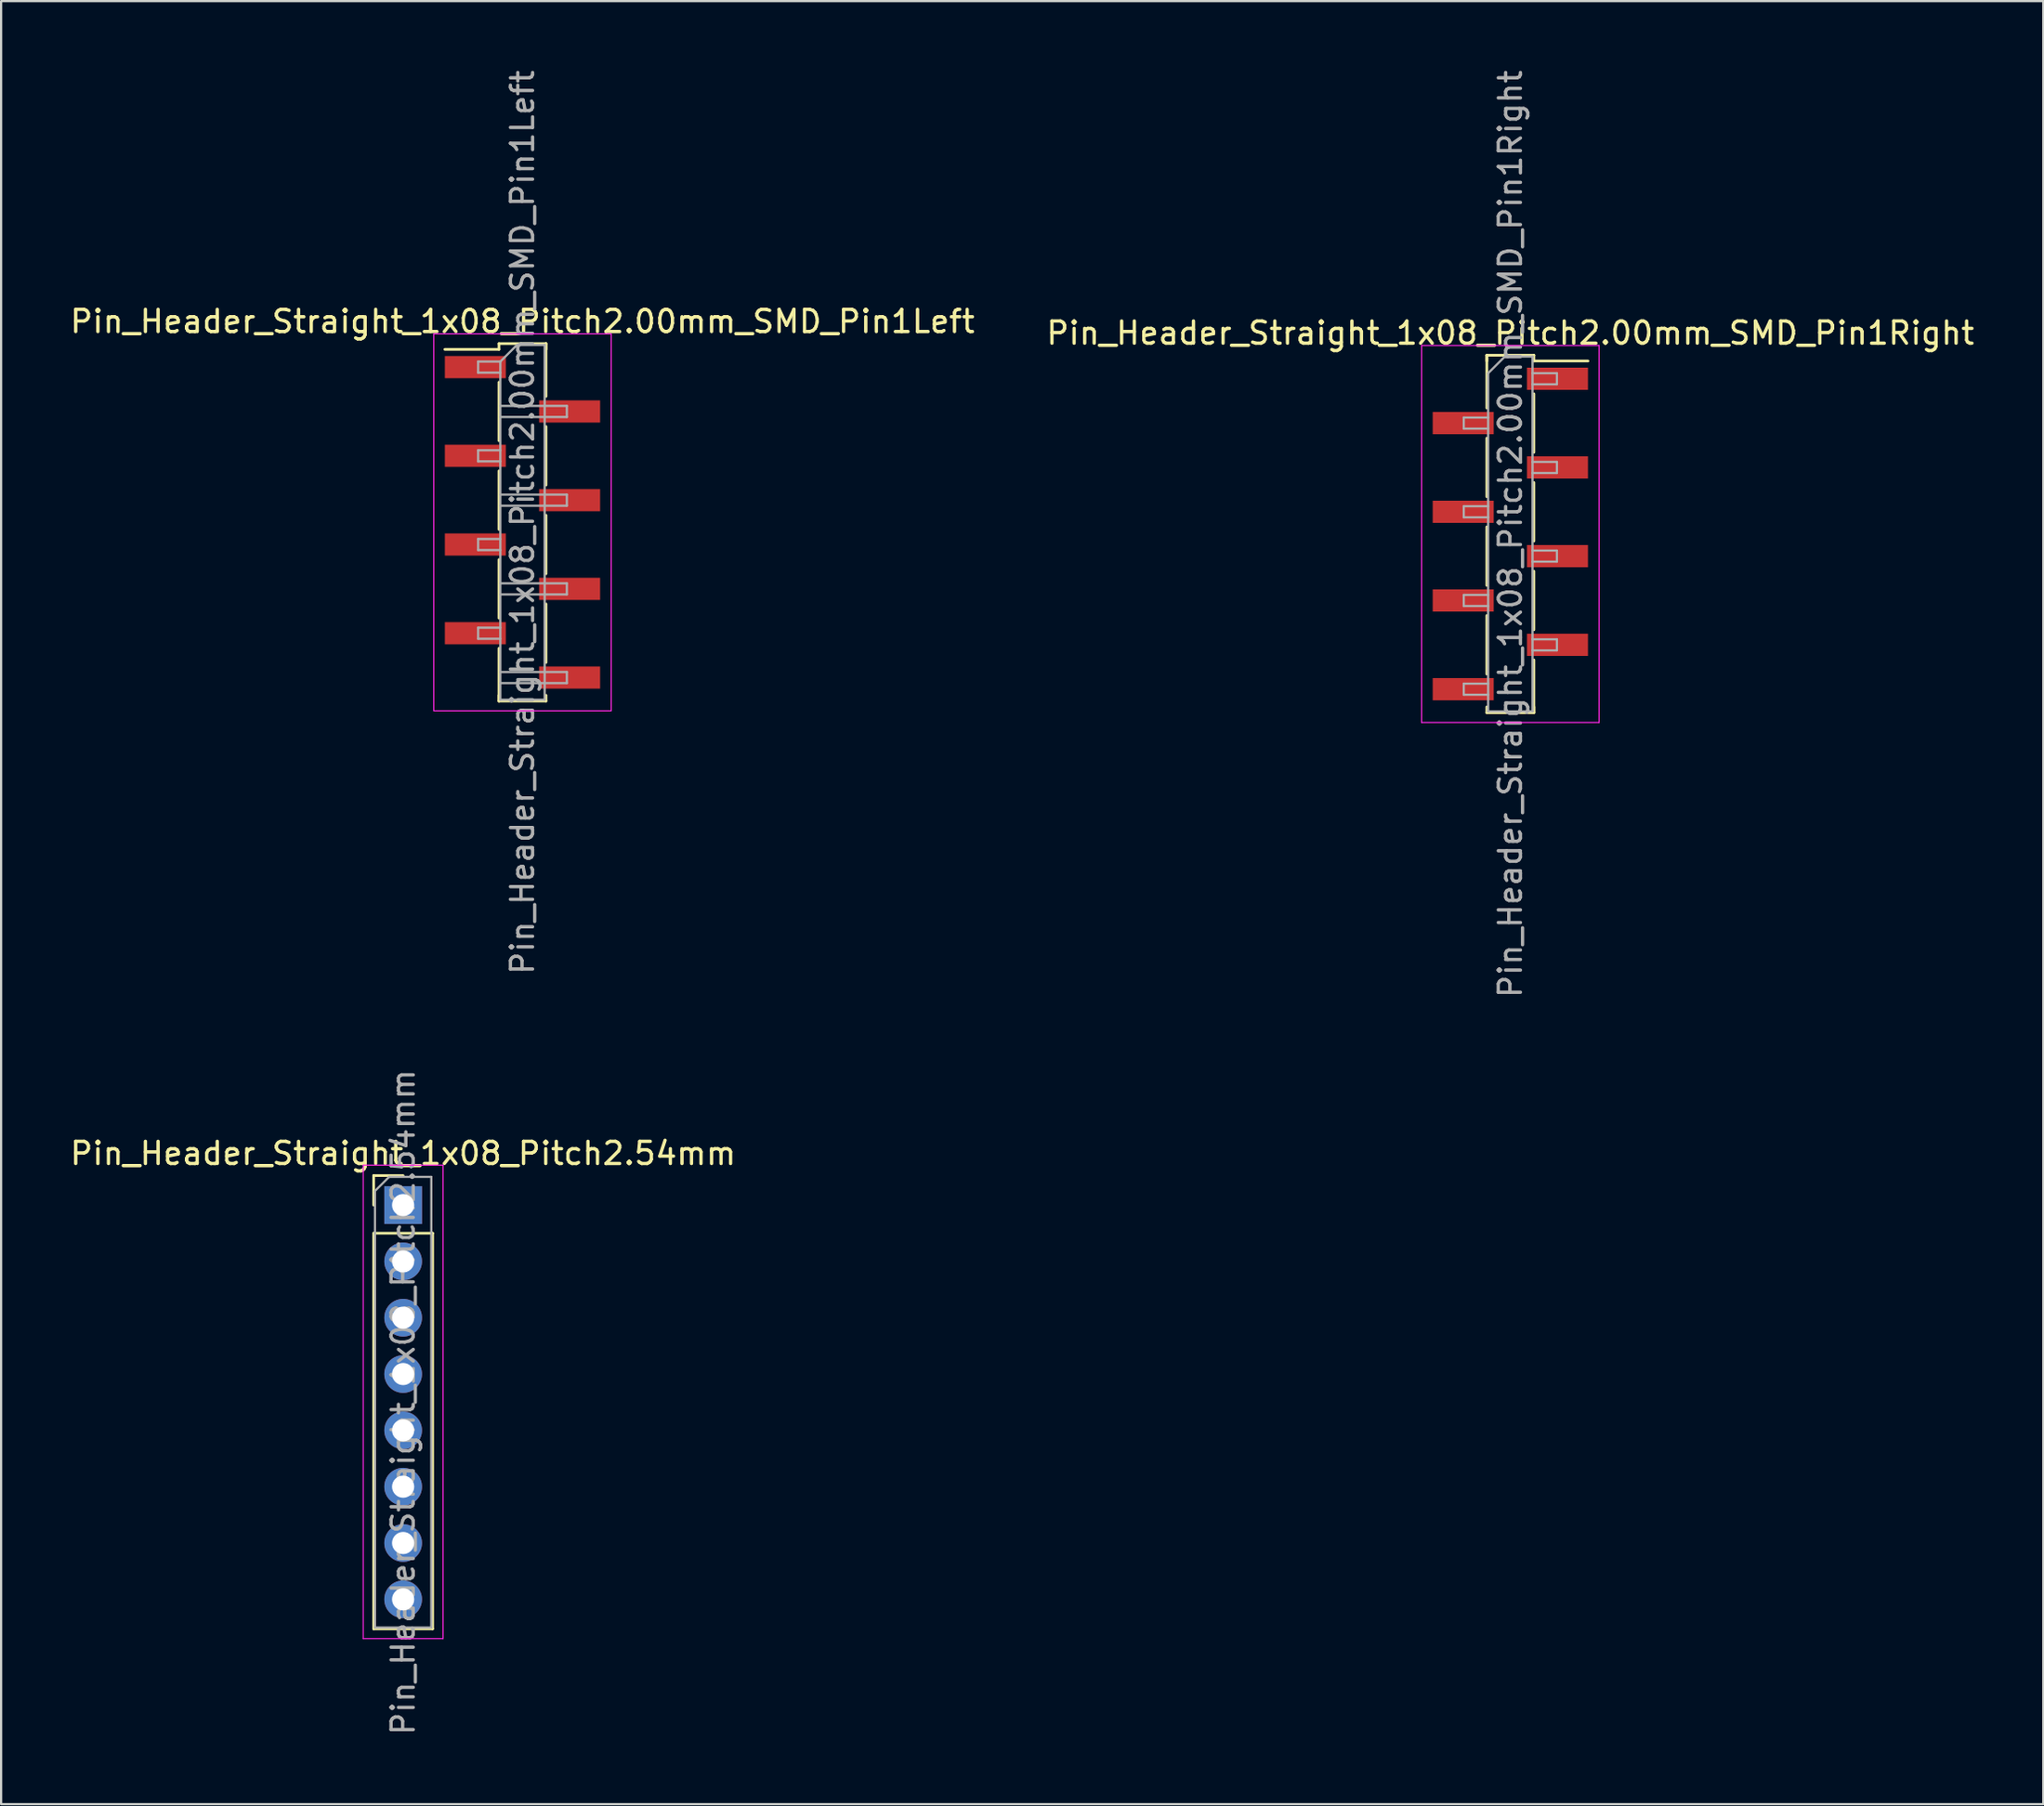
<source format=kicad_pcb>
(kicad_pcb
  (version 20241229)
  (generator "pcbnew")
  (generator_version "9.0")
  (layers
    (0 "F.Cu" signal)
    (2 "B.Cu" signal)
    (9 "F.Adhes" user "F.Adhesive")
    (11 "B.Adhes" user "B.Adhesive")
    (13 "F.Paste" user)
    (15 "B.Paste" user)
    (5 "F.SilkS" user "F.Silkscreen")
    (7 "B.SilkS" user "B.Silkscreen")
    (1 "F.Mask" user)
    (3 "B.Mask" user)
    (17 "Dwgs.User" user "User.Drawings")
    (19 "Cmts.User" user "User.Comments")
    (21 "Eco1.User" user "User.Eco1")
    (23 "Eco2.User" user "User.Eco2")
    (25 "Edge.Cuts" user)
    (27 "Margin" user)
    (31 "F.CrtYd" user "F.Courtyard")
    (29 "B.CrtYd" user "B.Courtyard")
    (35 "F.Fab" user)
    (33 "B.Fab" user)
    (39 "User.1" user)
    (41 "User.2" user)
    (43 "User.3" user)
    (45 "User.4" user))
  (footprint "Pin_Header_Straight_1x08_Pitch2.00mm_SMD_Pin1Right"
    (layer "F.Cu")
    (at 65.042 21.03)
    (property "Reference" "Pin_Header_Straight_1x08_Pitch2.00mm_SMD_Pin1Right" (at 0 -9.06 0) (layer "F.SilkS") (effects (font (size 1 1) (thickness 0.15))))
    (attr smd)
    (fp_line (start -1.06 -8.06) (end -1.06 -5.68) (stroke (width 0.12) (type solid)) (layer "F.SilkS"))
    (fp_line (start -1.06 -8.06) (end 1.06 -8.06) (stroke (width 0.12) (type solid)) (layer "F.SilkS"))
    (fp_line (start -1.06 -7.8) (end -1.06 -8.06) (stroke (width 0.12) (type solid)) (layer "F.SilkS"))
    (fp_line (start -1.06 -4.32) (end -1.06 -1.68) (stroke (width 0.12) (type solid)) (layer "F.SilkS"))
    (fp_line (start -1.06 -0.32) (end -1.06 2.32) (stroke (width 0.12) (type solid)) (layer "F.SilkS"))
    (fp_line (start -1.06 3.68) (end -1.06 6.32) (stroke (width 0.12) (type solid)) (layer "F.SilkS"))
    (fp_line (start -1.06 7.8) (end -1.06 8.06) (stroke (width 0.12) (type solid)) (layer "F.SilkS"))
    (fp_line (start -1.06 8.06) (end 1.06 8.06) (stroke (width 0.12) (type solid)) (layer "F.SilkS"))
    (fp_line (start 1.06 -8.06) (end 1.06 -7.8) (stroke (width 0.12) (type solid)) (layer "F.SilkS"))
    (fp_line (start 1.06 -7.8) (end 3.5 -7.8) (stroke (width 0.12) (type solid)) (layer "F.SilkS"))
    (fp_line (start 1.06 -6.32) (end 1.06 -3.68) (stroke (width 0.12) (type solid)) (layer "F.SilkS"))
    (fp_line (start 1.06 -2.32) (end 1.06 0.32) (stroke (width 0.12) (type solid)) (layer "F.SilkS"))
    (fp_line (start 1.06 1.68) (end 1.06 4.32) (stroke (width 0.12) (type solid)) (layer "F.SilkS"))
    (fp_line (start 1.06 5.68) (end 1.06 8.06) (stroke (width 0.12) (type solid)) (layer "F.SilkS"))
    (fp_line (start 1.06 8.06) (end 1.06 7.8) (stroke (width 0.12) (type solid)) (layer "F.SilkS"))
    (fp_line (start -4 -8.5) (end -4 8.5) (stroke (width 0.05) (type solid)) (layer "F.CrtYd"))
    (fp_line (start -4 8.5) (end 4 8.5) (stroke (width 0.05) (type solid)) (layer "F.CrtYd"))
    (fp_line (start 4 -8.5) (end -4 -8.5) (stroke (width 0.05) (type solid)) (layer "F.CrtYd"))
    (fp_line (start 4 8.5) (end 4 -8.5) (stroke (width 0.05) (type solid)) (layer "F.CrtYd"))
    (fp_line (start -2.1 -5.25) (end -2.1 -4.75) (stroke (width 0.1) (type solid)) (layer "F.Fab"))
    (fp_line (start -2.1 -4.75) (end -1 -4.75) (stroke (width 0.1) (type solid)) (layer "F.Fab"))
    (fp_line (start -2.1 -1.25) (end -2.1 -0.75) (stroke (width 0.1) (type solid)) (layer "F.Fab"))
    (fp_line (start -2.1 -0.75) (end -1 -0.75) (stroke (width 0.1) (type solid)) (layer "F.Fab"))
    (fp_line (start -2.1 2.75) (end -2.1 3.25) (stroke (width 0.1) (type solid)) (layer "F.Fab"))
    (fp_line (start -2.1 3.25) (end -1 3.25) (stroke (width 0.1) (type solid)) (layer "F.Fab"))
    (fp_line (start -2.1 6.75) (end -2.1 7.25) (stroke (width 0.1) (type solid)) (layer "F.Fab"))
    (fp_line (start -2.1 7.25) (end -1 7.25) (stroke (width 0.1) (type solid)) (layer "F.Fab"))
    (fp_line (start -1 -7.25) (end -0.25 -8) (stroke (width 0.1) (type solid)) (layer "F.Fab"))
    (fp_line (start -1 -5.25) (end -2.1 -5.25) (stroke (width 0.1) (type solid)) (layer "F.Fab"))
    (fp_line (start -1 -1.25) (end -2.1 -1.25) (stroke (width 0.1) (type solid)) (layer "F.Fab"))
    (fp_line (start -1 2.75) (end -2.1 2.75) (stroke (width 0.1) (type solid)) (layer "F.Fab"))
    (fp_line (start -1 6.75) (end -2.1 6.75) (stroke (width 0.1) (type solid)) (layer "F.Fab"))
    (fp_line (start -1 8) (end -1 -7.25) (stroke (width 0.1) (type solid)) (layer "F.Fab"))
    (fp_line (start -0.25 -8) (end 1 -8) (stroke (width 0.1) (type solid)) (layer "F.Fab"))
    (fp_line (start 1 -8) (end 1 8) (stroke (width 0.1) (type solid)) (layer "F.Fab"))
    (fp_line (start 1 -7.25) (end 2.1 -7.25) (stroke (width 0.1) (type solid)) (layer "F.Fab"))
    (fp_line (start 1 -3.25) (end 2.1 -3.25) (stroke (width 0.1) (type solid)) (layer "F.Fab"))
    (fp_line (start 1 0.75) (end 2.1 0.75) (stroke (width 0.1) (type solid)) (layer "F.Fab"))
    (fp_line (start 1 4.75) (end 2.1 4.75) (stroke (width 0.1) (type solid)) (layer "F.Fab"))
    (fp_line (start 1 8) (end -1 8) (stroke (width 0.1) (type solid)) (layer "F.Fab"))
    (fp_line (start 2.1 -7.25) (end 2.1 -6.75) (stroke (width 0.1) (type solid)) (layer "F.Fab"))
    (fp_line (start 2.1 -6.75) (end 1 -6.75) (stroke (width 0.1) (type solid)) (layer "F.Fab"))
    (fp_line (start 2.1 -3.25) (end 2.1 -2.75) (stroke (width 0.1) (type solid)) (layer "F.Fab"))
    (fp_line (start 2.1 -2.75) (end 1 -2.75) (stroke (width 0.1) (type solid)) (layer "F.Fab"))
    (fp_line (start 2.1 0.75) (end 2.1 1.25) (stroke (width 0.1) (type solid)) (layer "F.Fab"))
    (fp_line (start 2.1 1.25) (end 1 1.25) (stroke (width 0.1) (type solid)) (layer "F.Fab"))
    (fp_line (start 2.1 4.75) (end 2.1 5.25) (stroke (width 0.1) (type solid)) (layer "F.Fab"))
    (fp_line (start 2.1 5.25) (end 1 5.25) (stroke (width 0.1) (type solid)) (layer "F.Fab"))
    (fp_text user "${REFERENCE}" (at 0 0 90) (layer "F.Fab") (effects (font (size 1 1) (thickness 0.15))))
    (pad "1" smd rect (at 2.125 -7) (size 2.75 1) (layers "F.Cu" "F.Mask" "F.Paste"))
    (pad "2" smd rect (at -2.125 -5) (size 2.75 1) (layers "F.Cu" "F.Mask" "F.Paste"))
    (pad "3" smd rect (at 2.125 -3) (size 2.75 1) (layers "F.Cu" "F.Mask" "F.Paste"))
    (pad "4" smd rect (at -2.125 -1) (size 2.75 1) (layers "F.Cu" "F.Mask" "F.Paste"))
    (pad "5" smd rect (at 2.125 1) (size 2.75 1) (layers "F.Cu" "F.Mask" "F.Paste"))
    (pad "6" smd rect (at -2.125 3) (size 2.75 1) (layers "F.Cu" "F.Mask" "F.Paste"))
    (pad "7" smd rect (at 2.125 5) (size 2.75 1) (layers "F.Cu" "F.Mask" "F.Paste"))
    (pad "8" smd rect (at -2.125 7) (size 2.75 1) (layers "F.Cu" "F.Mask" "F.Paste")))
  (footprint "Pin_Header_Straight_1x08_Pitch2.00mm_SMD_Pin1Left"
    (layer "F.Cu")
    (at 20.506 20.506)
    (property "Reference" "Pin_Header_Straight_1x08_Pitch2.00mm_SMD_Pin1Left" (at 0 -9.06 0) (layer "F.SilkS") (effects (font (size 1 1) (thickness 0.15))))
    (attr smd)
    (fp_line (start -1.06 -8.06) (end 1.06 -8.06) (stroke (width 0.12) (type solid)) (layer "F.SilkS"))
    (fp_line (start -1.06 -7.8) (end -3.5 -7.8) (stroke (width 0.12) (type solid)) (layer "F.SilkS"))
    (fp_line (start -1.06 -7.8) (end -1.06 -8.06) (stroke (width 0.12) (type solid)) (layer "F.SilkS"))
    (fp_line (start -1.06 -6.32) (end -1.06 -3.68) (stroke (width 0.12) (type solid)) (layer "F.SilkS"))
    (fp_line (start -1.06 -2.32) (end -1.06 0.32) (stroke (width 0.12) (type solid)) (layer "F.SilkS"))
    (fp_line (start -1.06 1.68) (end -1.06 4.32) (stroke (width 0.12) (type solid)) (layer "F.SilkS"))
    (fp_line (start -1.06 5.68) (end -1.06 8.06) (stroke (width 0.12) (type solid)) (layer "F.SilkS"))
    (fp_line (start -1.06 7.8) (end -1.06 8.06) (stroke (width 0.12) (type solid)) (layer "F.SilkS"))
    (fp_line (start -1.06 8.06) (end 1.06 8.06) (stroke (width 0.12) (type solid)) (layer "F.SilkS"))
    (fp_line (start 1.06 -8.06) (end 1.06 -7.8) (stroke (width 0.12) (type solid)) (layer "F.SilkS"))
    (fp_line (start 1.06 -8.06) (end 1.06 -5.68) (stroke (width 0.12) (type solid)) (layer "F.SilkS"))
    (fp_line (start 1.06 -4.32) (end 1.06 -1.68) (stroke (width 0.12) (type solid)) (layer "F.SilkS"))
    (fp_line (start 1.06 -0.32) (end 1.06 2.32) (stroke (width 0.12) (type solid)) (layer "F.SilkS"))
    (fp_line (start 1.06 3.68) (end 1.06 6.32) (stroke (width 0.12) (type solid)) (layer "F.SilkS"))
    (fp_line (start 1.06 8.06) (end 1.06 7.8) (stroke (width 0.12) (type solid)) (layer "F.SilkS"))
    (fp_line (start -4 -8.5) (end -4 8.5) (stroke (width 0.05) (type solid)) (layer "F.CrtYd"))
    (fp_line (start -4 8.5) (end 4 8.5) (stroke (width 0.05) (type solid)) (layer "F.CrtYd"))
    (fp_line (start 4 -8.5) (end -4 -8.5) (stroke (width 0.05) (type solid)) (layer "F.CrtYd"))
    (fp_line (start 4 8.5) (end 4 -8.5) (stroke (width 0.05) (type solid)) (layer "F.CrtYd"))
    (fp_line (start -2 -7.25) (end -2 -6.75) (stroke (width 0.1) (type solid)) (layer "F.Fab"))
    (fp_line (start -2 -6.75) (end -1 -6.75) (stroke (width 0.1) (type solid)) (layer "F.Fab"))
    (fp_line (start -2 -3.25) (end -2 -2.75) (stroke (width 0.1) (type solid)) (layer "F.Fab"))
    (fp_line (start -2 -2.75) (end -1 -2.75) (stroke (width 0.1) (type solid)) (layer "F.Fab"))
    (fp_line (start -2 0.75) (end -2 1.25) (stroke (width 0.1) (type solid)) (layer "F.Fab"))
    (fp_line (start -2 1.25) (end -1 1.25) (stroke (width 0.1) (type solid)) (layer "F.Fab"))
    (fp_line (start -2 4.75) (end -2 5.25) (stroke (width 0.1) (type solid)) (layer "F.Fab"))
    (fp_line (start -2 5.25) (end -1 5.25) (stroke (width 0.1) (type solid)) (layer "F.Fab"))
    (fp_line (start -1 -7.25) (end -2 -7.25) (stroke (width 0.1) (type solid)) (layer "F.Fab"))
    (fp_line (start -1 -7.25) (end -0.25 -8) (stroke (width 0.1) (type solid)) (layer "F.Fab"))
    (fp_line (start -1 -5.25) (end 2 -5.25) (stroke (width 0.1) (type solid)) (layer "F.Fab"))
    (fp_line (start -1 -3.25) (end -2 -3.25) (stroke (width 0.1) (type solid)) (layer "F.Fab"))
    (fp_line (start -1 -1.25) (end 2 -1.25) (stroke (width 0.1) (type solid)) (layer "F.Fab"))
    (fp_line (start -1 0.75) (end -2 0.75) (stroke (width 0.1) (type solid)) (layer "F.Fab"))
    (fp_line (start -1 2.75) (end 2 2.75) (stroke (width 0.1) (type solid)) (layer "F.Fab"))
    (fp_line (start -1 4.75) (end -2 4.75) (stroke (width 0.1) (type solid)) (layer "F.Fab"))
    (fp_line (start -1 6.75) (end 2 6.75) (stroke (width 0.1) (type solid)) (layer "F.Fab"))
    (fp_line (start -1 8) (end -1 -7.25) (stroke (width 0.1) (type solid)) (layer "F.Fab"))
    (fp_line (start -0.25 -8) (end 1 -8) (stroke (width 0.1) (type solid)) (layer "F.Fab"))
    (fp_line (start 1 -8) (end 1 8) (stroke (width 0.1) (type solid)) (layer "F.Fab"))
    (fp_line (start 1 8) (end -1 8) (stroke (width 0.1) (type solid)) (layer "F.Fab"))
    (fp_line (start 2 -5.25) (end 2 -4.75) (stroke (width 0.1) (type solid)) (layer "F.Fab"))
    (fp_line (start 2 -4.75) (end -1 -4.75) (stroke (width 0.1) (type solid)) (layer "F.Fab"))
    (fp_line (start 2 -1.25) (end 2 -0.75) (stroke (width 0.1) (type solid)) (layer "F.Fab"))
    (fp_line (start 2 -0.75) (end -1 -0.75) (stroke (width 0.1) (type solid)) (layer "F.Fab"))
    (fp_line (start 2 2.75) (end 2 3.25) (stroke (width 0.1) (type solid)) (layer "F.Fab"))
    (fp_line (start 2 3.25) (end -1 3.25) (stroke (width 0.1) (type solid)) (layer "F.Fab"))
    (fp_line (start 2 6.75) (end 2 7.25) (stroke (width 0.1) (type solid)) (layer "F.Fab"))
    (fp_line (start 2 7.25) (end -1 7.25) (stroke (width 0.1) (type solid)) (layer "F.Fab"))
    (fp_text user "${REFERENCE}" (at 0 0 90) (layer "F.Fab") (effects (font (size 1 1) (thickness 0.15))))
    (pad "1" smd rect (at -2.125 -7) (size 2.75 1) (layers "F.Cu" "F.Mask"))
    (pad "2" smd rect (at 2.125 -5) (size 2.75 1) (layers "F.Cu" "F.Mask"))
    (pad "3" smd rect (at -2.125 -3) (size 2.75 1) (layers "F.Cu" "F.Mask"))
    (pad "4" smd rect (at 2.125 -1) (size 2.75 1) (layers "F.Cu" "F.Mask"))
    (pad "5" smd rect (at -2.125 1) (size 2.75 1) (layers "F.Cu" "F.Mask"))
    (pad "6" smd rect (at 2.125 3) (size 2.75 1) (layers "F.Cu" "F.Mask"))
    (pad "7" smd rect (at -2.125 5) (size 2.75 1) (layers "F.Cu" "F.Mask"))
    (pad "8" smd rect (at 2.125 7) (size 2.75 1) (layers "F.Cu" "F.Mask")))
  (footprint "Pin_Header_Straight_1x08_Pitch2.54mm"
    (layer "F.Cu")
    (at 15.125 51.295)
    (property "Reference" "Pin_Header_Straight_1x08_Pitch2.54mm" (at 0 -2.33 0) (layer "F.SilkS") (effects (font (size 1 1) (thickness 0.15))))
    (attr through_hole)
    (fp_line (start -1.33 -1.33) (end 0 -1.33) (stroke (width 0.12) (type solid)) (layer "F.SilkS"))
    (fp_line (start -1.33 0) (end -1.33 -1.33) (stroke (width 0.12) (type solid)) (layer "F.SilkS"))
    (fp_line (start -1.33 1.27) (end -1.33 19.11) (stroke (width 0.12) (type solid)) (layer "F.SilkS"))
    (fp_line (start -1.33 19.11) (end 1.33 19.11) (stroke (width 0.12) (type solid)) (layer "F.SilkS"))
    (fp_line (start 1.33 1.27) (end -1.33 1.27) (stroke (width 0.12) (type solid)) (layer "F.SilkS"))
    (fp_line (start 1.33 19.11) (end 1.33 1.27) (stroke (width 0.12) (type solid)) (layer "F.SilkS"))
    (fp_line (start -1.8 -1.8) (end -1.8 19.55) (stroke (width 0.05) (type solid)) (layer "F.CrtYd"))
    (fp_line (start -1.8 19.55) (end 1.8 19.55) (stroke (width 0.05) (type solid)) (layer "F.CrtYd"))
    (fp_line (start 1.8 -1.8) (end -1.8 -1.8) (stroke (width 0.05) (type solid)) (layer "F.CrtYd"))
    (fp_line (start 1.8 19.55) (end 1.8 -1.8) (stroke (width 0.05) (type solid)) (layer "F.CrtYd"))
    (fp_line (start -1.27 -0.635) (end -0.635 -1.27) (stroke (width 0.1) (type solid)) (layer "F.Fab"))
    (fp_line (start -1.27 19.05) (end -1.27 -0.635) (stroke (width 0.1) (type solid)) (layer "F.Fab"))
    (fp_line (start -0.635 -1.27) (end 1.27 -1.27) (stroke (width 0.1) (type solid)) (layer "F.Fab"))
    (fp_line (start 1.27 -1.27) (end 1.27 19.05) (stroke (width 0.1) (type solid)) (layer "F.Fab"))
    (fp_line (start 1.27 19.05) (end -1.27 19.05) (stroke (width 0.1) (type solid)) (layer "F.Fab"))
    (fp_text user "${REFERENCE}" (at 0 8.89 90) (layer "F.Fab") (effects (font (size 1 1) (thickness 0.15))))
    (pad "1" thru_hole rect (at 0 0) (size 1.7 1.7) (drill 1) (layers "*.Cu" "*.Mask"))
    (pad "2" thru_hole oval (at 0 2.54) (size 1.7 1.7) (drill 1) (layers "*.Cu" "*.Mask"))
    (pad "3" thru_hole oval (at 0 5.08) (size 1.7 1.7) (drill 1) (layers "*.Cu" "*.Mask"))
    (pad "4" thru_hole oval (at 0 7.62) (size 1.7 1.7) (drill 1) (layers "*.Cu" "*.Mask"))
    (pad "5" thru_hole oval (at 0 10.16) (size 1.7 1.7) (drill 1) (layers "*.Cu" "*.Mask"))
    (pad "6" thru_hole oval (at 0 12.7) (size 1.7 1.7) (drill 1) (layers "*.Cu" "*.Mask"))
    (pad "7" thru_hole oval (at 0 15.24) (size 1.7 1.7) (drill 1) (layers "*.Cu" "*.Mask"))
    (pad "8" thru_hole oval (at 0 17.78) (size 1.7 1.7) (drill 1) (layers "*.Cu" "*.Mask")))
  (gr_rect
    (start -3 -3)
    (end 89.071 78.31)
    (stroke (width 0.1) (type default))
    (fill no)
    (layer "Edge.Cuts")))
</source>
